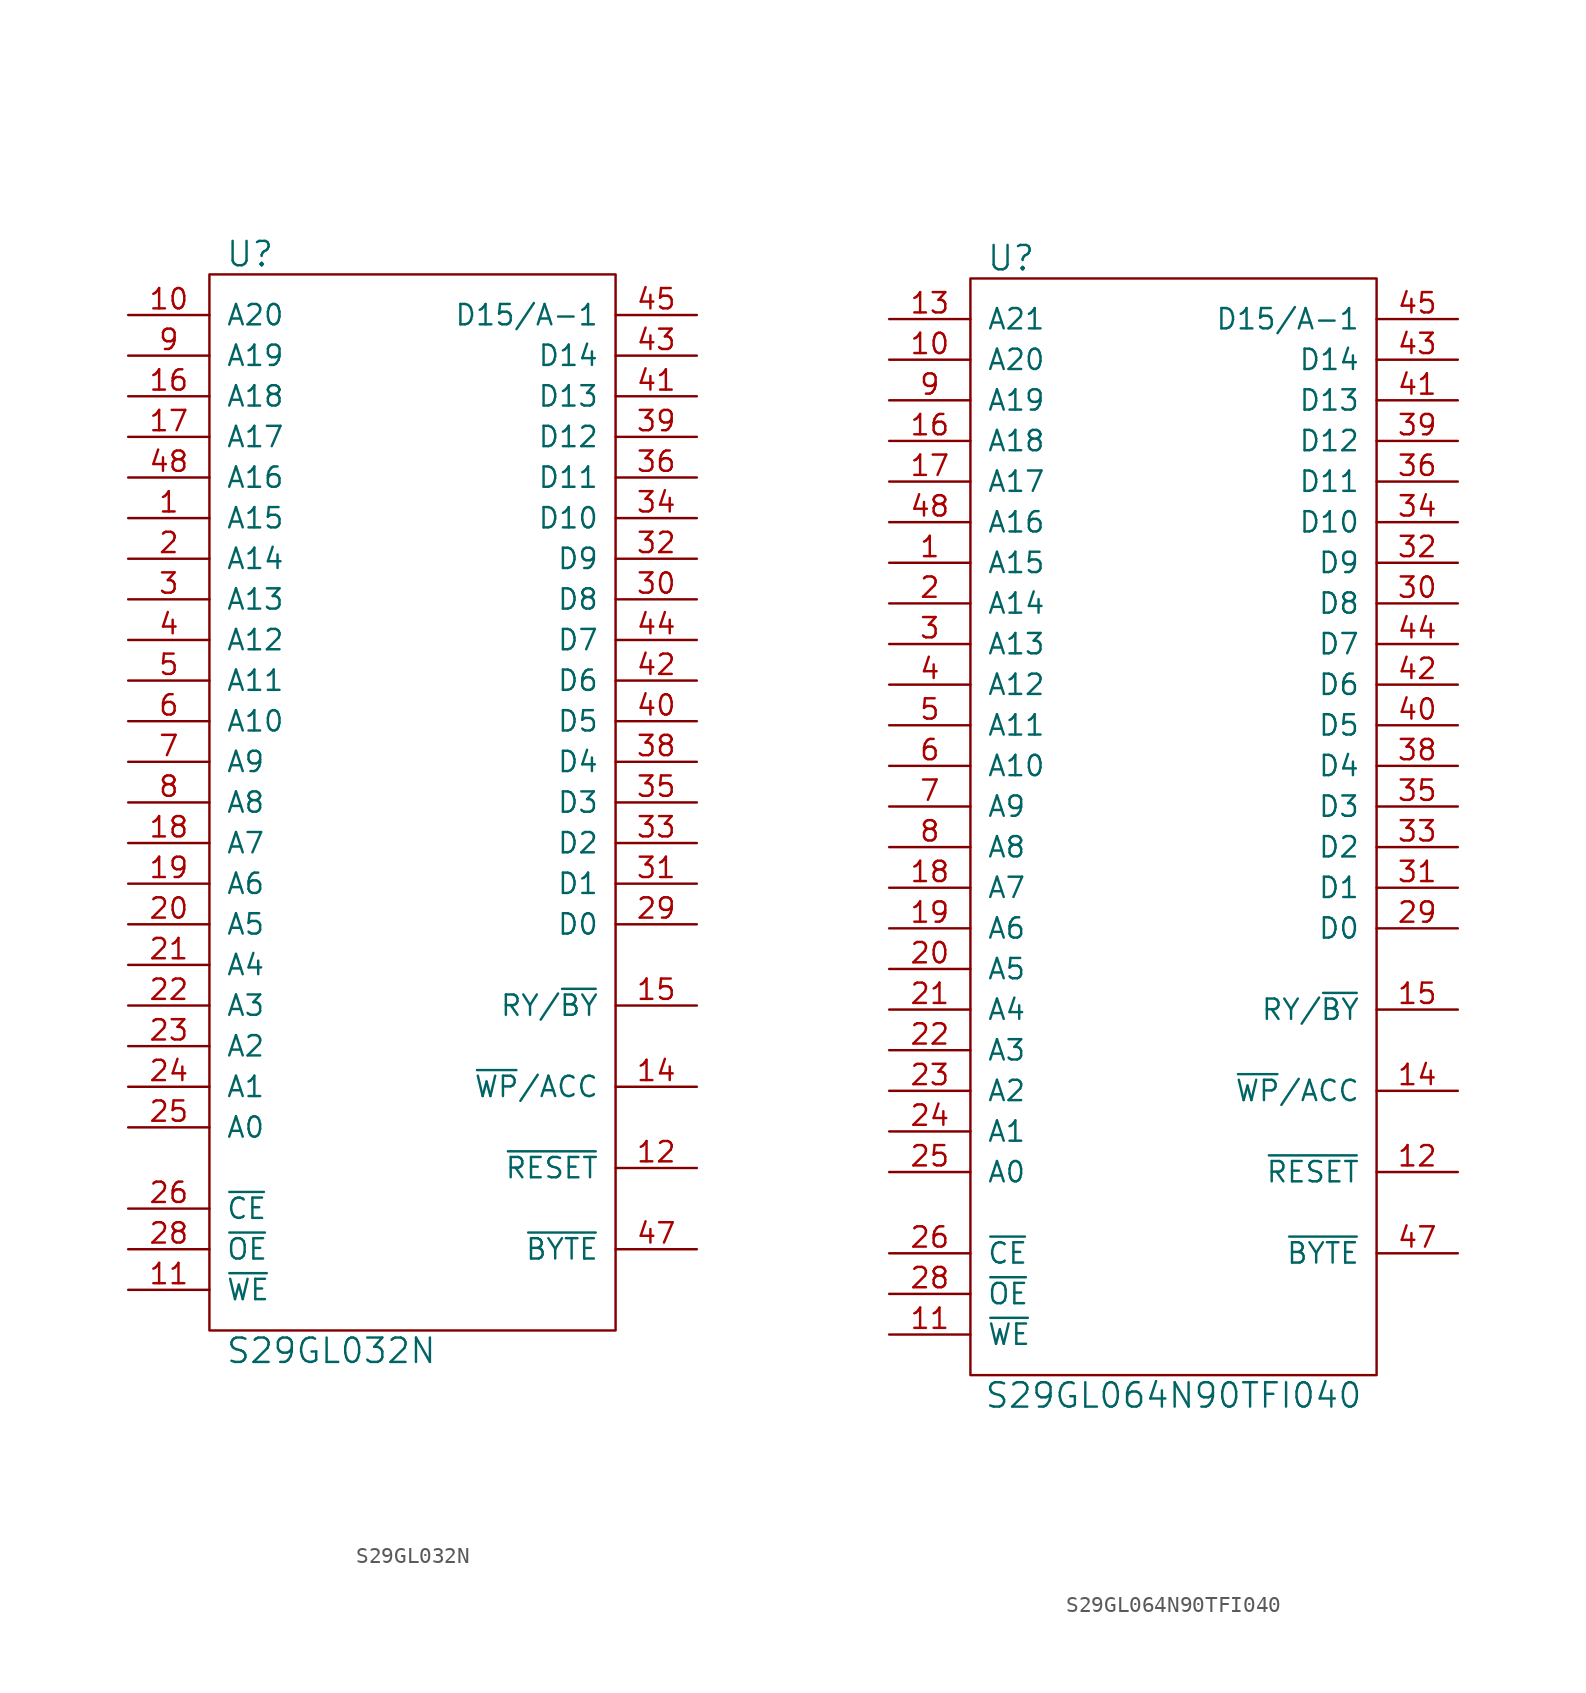
<source format=kicad_sym>
(kicad_symbol_lib
  (version 20241209)
  (generator "kicad_symbol_editor")
  (generator_version "9.0")
  (symbol "S29GL032N"
    (pin_names
      (offset 1.016))
    (property "Reference" "U"
      (at -10.16 31.75 0)
      (effects (font (size 1.524 1.524))))
    (property "Value" "S29GL032N"
      (at -5.08 -36.83 0)
      (effects (font (size 1.524 1.524))))
    (property "Footprint" ""
      (at 3.81 12.7 0)
      (effects (font (size 1.524 1.524))))
    (property "Datasheet" ""
      (at 3.81 12.7 0)
      (effects (font (size 1.524 1.524))))
    (symbol "S29GL032N_0_1"
      (rectangle (start -12.7 30.48) (end 12.7 -35.56) (stroke (width 0) (type default)) (fill (type none))))
    (symbol "S29GL032N_1_1"
      (pin input line (at -17.78 27.94 0) (length 5.08) (name "A20" (effects (font (size 1.27 1.27)))) (number "10" (effects (font (size 1.27 1.27)))))
      (pin input line (at -17.78 25.4 0) (length 5.08) (name "A19" (effects (font (size 1.27 1.27)))) (number "9" (effects (font (size 1.27 1.27)))))
      (pin input line (at -17.78 22.86 0) (length 5.08) (name "A18" (effects (font (size 1.27 1.27)))) (number "16" (effects (font (size 1.27 1.27)))))
      (pin input line (at -17.78 20.32 0) (length 5.08) (name "A17" (effects (font (size 1.27 1.27)))) (number "17" (effects (font (size 1.27 1.27)))))
      (pin input line (at -17.78 17.78 0) (length 5.08) (name "A16" (effects (font (size 1.27 1.27)))) (number "48" (effects (font (size 1.27 1.27)))))
      (pin input line (at -17.78 15.24 0) (length 5.08) (name "A15" (effects (font (size 1.27 1.27)))) (number "1" (effects (font (size 1.27 1.27)))))
      (pin input line (at -17.78 12.7 0) (length 5.08) (name "A14" (effects (font (size 1.27 1.27)))) (number "2" (effects (font (size 1.27 1.27)))))
      (pin input line (at -17.78 10.16 0) (length 5.08) (name "A13" (effects (font (size 1.27 1.27)))) (number "3" (effects (font (size 1.27 1.27)))))
      (pin input line (at -17.78 7.62 0) (length 5.08) (name "A12" (effects (font (size 1.27 1.27)))) (number "4" (effects (font (size 1.27 1.27)))))
      (pin input line (at -17.78 5.08 0) (length 5.08) (name "A11" (effects (font (size 1.27 1.27)))) (number "5" (effects (font (size 1.27 1.27)))))
      (pin input line (at -17.78 2.54 0) (length 5.08) (name "A10" (effects (font (size 1.27 1.27)))) (number "6" (effects (font (size 1.27 1.27)))))
      (pin input line (at -17.78 0 0) (length 5.08) (name "A9" (effects (font (size 1.27 1.27)))) (number "7" (effects (font (size 1.27 1.27)))))
      (pin input line (at -17.78 -2.54 0) (length 5.08) (name "A8" (effects (font (size 1.27 1.27)))) (number "8" (effects (font (size 1.27 1.27)))))
      (pin input line (at -17.78 -5.08 0) (length 5.08) (name "A7" (effects (font (size 1.27 1.27)))) (number "18" (effects (font (size 1.27 1.27)))))
      (pin input line (at -17.78 -7.62 0) (length 5.08) (name "A6" (effects (font (size 1.27 1.27)))) (number "19" (effects (font (size 1.27 1.27)))))
      (pin input line (at -17.78 -10.16 0) (length 5.08) (name "A5" (effects (font (size 1.27 1.27)))) (number "20" (effects (font (size 1.27 1.27)))))
      (pin input line (at -17.78 -12.7 0) (length 5.08) (name "A4" (effects (font (size 1.27 1.27)))) (number "21" (effects (font (size 1.27 1.27)))))
      (pin input line (at -17.78 -15.24 0) (length 5.08) (name "A3" (effects (font (size 1.27 1.27)))) (number "22" (effects (font (size 1.27 1.27)))))
      (pin input line (at -17.78 -17.78 0) (length 5.08) (name "A2" (effects (font (size 1.27 1.27)))) (number "23" (effects (font (size 1.27 1.27)))))
      (pin input line (at -17.78 -20.32 0) (length 5.08) (name "A1" (effects (font (size 1.27 1.27)))) (number "24" (effects (font (size 1.27 1.27)))))
      (pin input line (at -17.78 -22.86 0) (length 5.08) (name "A0" (effects (font (size 1.27 1.27)))) (number "25" (effects (font (size 1.27 1.27)))))
      (pin input line (at -17.78 -27.94 0) (length 5.08) (name "~{CE}" (effects (font (size 1.27 1.27)))) (number "26" (effects (font (size 1.27 1.27)))))
      (pin input line (at -17.78 -30.48 0) (length 5.08) (name "~{OE}" (effects (font (size 1.27 1.27)))) (number "28" (effects (font (size 1.27 1.27)))))
      (pin input line (at -17.78 -33.02 0) (length 5.08) (name "~{WE}" (effects (font (size 1.27 1.27)))) (number "11" (effects (font (size 1.27 1.27)))))
      (pin power_in line (at -1.27 -40.64 90) (length 5.08) (hide yes) (name "GND" (effects (font (size 1.27 1.27)))) (number "46" (effects (font (size 1.27 1.27)))))
      (pin power_in line (at 0 35.56 270) (length 5.08) (hide yes) (name "VCC" (effects (font (size 1.27 1.27)))) (number "37" (effects (font (size 1.27 1.27)))))
      (pin power_in line (at 1.27 -40.64 90) (length 5.08) (hide yes) (name "GND" (effects (font (size 1.27 1.27)))) (number "27" (effects (font (size 1.27 1.27)))))
      (pin tri_state line (at 17.78 27.94 180) (length 5.08) (name "D15/A-1" (effects (font (size 1.27 1.27)))) (number "45" (effects (font (size 1.27 1.27)))))
      (pin tri_state line (at 17.78 25.4 180) (length 5.08) (name "D14" (effects (font (size 1.27 1.27)))) (number "43" (effects (font (size 1.27 1.27)))))
      (pin tri_state line (at 17.78 22.86 180) (length 5.08) (name "D13" (effects (font (size 1.27 1.27)))) (number "41" (effects (font (size 1.27 1.27)))))
      (pin tri_state line (at 17.78 20.32 180) (length 5.08) (name "D12" (effects (font (size 1.27 1.27)))) (number "39" (effects (font (size 1.27 1.27)))))
      (pin tri_state line (at 17.78 17.78 180) (length 5.08) (name "D11" (effects (font (size 1.27 1.27)))) (number "36" (effects (font (size 1.27 1.27)))))
      (pin tri_state line (at 17.78 15.24 180) (length 5.08) (name "D10" (effects (font (size 1.27 1.27)))) (number "34" (effects (font (size 1.27 1.27)))))
      (pin tri_state line (at 17.78 12.7 180) (length 5.08) (name "D9" (effects (font (size 1.27 1.27)))) (number "32" (effects (font (size 1.27 1.27)))))
      (pin tri_state line (at 17.78 10.16 180) (length 5.08) (name "D8" (effects (font (size 1.27 1.27)))) (number "30" (effects (font (size 1.27 1.27)))))
      (pin tri_state line (at 17.78 7.62 180) (length 5.08) (name "D7" (effects (font (size 1.27 1.27)))) (number "44" (effects (font (size 1.27 1.27)))))
      (pin tri_state line (at 17.78 5.08 180) (length 5.08) (name "D6" (effects (font (size 1.27 1.27)))) (number "42" (effects (font (size 1.27 1.27)))))
      (pin tri_state line (at 17.78 2.54 180) (length 5.08) (name "D5" (effects (font (size 1.27 1.27)))) (number "40" (effects (font (size 1.27 1.27)))))
      (pin tri_state line (at 17.78 0 180) (length 5.08) (name "D4" (effects (font (size 1.27 1.27)))) (number "38" (effects (font (size 1.27 1.27)))))
      (pin tri_state line (at 17.78 -2.54 180) (length 5.08) (name "D3" (effects (font (size 1.27 1.27)))) (number "35" (effects (font (size 1.27 1.27)))))
      (pin tri_state line (at 17.78 -5.08 180) (length 5.08) (name "D2" (effects (font (size 1.27 1.27)))) (number "33" (effects (font (size 1.27 1.27)))))
      (pin tri_state line (at 17.78 -7.62 180) (length 5.08) (name "D1" (effects (font (size 1.27 1.27)))) (number "31" (effects (font (size 1.27 1.27)))))
      (pin tri_state line (at 17.78 -10.16 180) (length 5.08) (name "D0" (effects (font (size 1.27 1.27)))) (number "29" (effects (font (size 1.27 1.27)))))
      (pin output line (at 17.78 -15.24 180) (length 5.08) (name "RY/~{BY}" (effects (font (size 1.27 1.27)))) (number "15" (effects (font (size 1.27 1.27)))))
      (pin input line (at 17.78 -20.32 180) (length 5.08) (name "~{WP}/ACC" (effects (font (size 1.27 1.27)))) (number "14" (effects (font (size 1.27 1.27)))))
      (pin input line (at 17.78 -25.4 180) (length 5.08) (name "~{RESET}" (effects (font (size 1.27 1.27)))) (number "12" (effects (font (size 1.27 1.27)))))
      (pin input line (at 17.78 -30.48 180) (length 5.08) (name "~{BYTE}" (effects (font (size 1.27 1.27)))) (number "47" (effects (font (size 1.27 1.27)))))
      (pin no_connect line (at 17.78 -33.02 180) (length 5.08) (hide yes) (name "NC" (effects (font (size 1.27 1.27)))) (number "13" (effects (font (size 1.27 1.27)))))))
  (symbol "S29GL064N90TFI040"
    (pin_names
      (offset 1.016))
    (property "Reference" "U"
      (at -10.16 34.29 0)
      (effects (font (size 1.524 1.524))))
    (property "Value" "S29GL064N90TFI040"
      (at 0 -36.83 0)
      (effects (font (size 1.524 1.524))))
    (property "Footprint" ""
      (at 3.81 12.7 0)
      (effects (font (size 1.524 1.524))))
    (property "Datasheet" ""
      (at 3.81 12.7 0)
      (effects (font (size 1.524 1.524))))
    (symbol "S29GL064N90TFI040_0_1"
      (rectangle (start -12.7 33.02) (end 12.7 -35.56) (stroke (width 0) (type default)) (fill (type none))))
    (symbol "S29GL064N90TFI040_1_1"
      (pin input line (at -17.78 30.48 0) (length 5.08) (name "A21" (effects (font (size 1.27 1.27)))) (number "13" (effects (font (size 1.27 1.27)))))
      (pin input line (at -17.78 27.94 0) (length 5.08) (name "A20" (effects (font (size 1.27 1.27)))) (number "10" (effects (font (size 1.27 1.27)))))
      (pin input line (at -17.78 25.4 0) (length 5.08) (name "A19" (effects (font (size 1.27 1.27)))) (number "9" (effects (font (size 1.27 1.27)))))
      (pin input line (at -17.78 22.86 0) (length 5.08) (name "A18" (effects (font (size 1.27 1.27)))) (number "16" (effects (font (size 1.27 1.27)))))
      (pin input line (at -17.78 20.32 0) (length 5.08) (name "A17" (effects (font (size 1.27 1.27)))) (number "17" (effects (font (size 1.27 1.27)))))
      (pin input line (at -17.78 17.78 0) (length 5.08) (name "A16" (effects (font (size 1.27 1.27)))) (number "48" (effects (font (size 1.27 1.27)))))
      (pin input line (at -17.78 15.24 0) (length 5.08) (name "A15" (effects (font (size 1.27 1.27)))) (number "1" (effects (font (size 1.27 1.27)))))
      (pin input line (at -17.78 12.7 0) (length 5.08) (name "A14" (effects (font (size 1.27 1.27)))) (number "2" (effects (font (size 1.27 1.27)))))
      (pin input line (at -17.78 10.16 0) (length 5.08) (name "A13" (effects (font (size 1.27 1.27)))) (number "3" (effects (font (size 1.27 1.27)))))
      (pin input line (at -17.78 7.62 0) (length 5.08) (name "A12" (effects (font (size 1.27 1.27)))) (number "4" (effects (font (size 1.27 1.27)))))
      (pin input line (at -17.78 5.08 0) (length 5.08) (name "A11" (effects (font (size 1.27 1.27)))) (number "5" (effects (font (size 1.27 1.27)))))
      (pin input line (at -17.78 2.54 0) (length 5.08) (name "A10" (effects (font (size 1.27 1.27)))) (number "6" (effects (font (size 1.27 1.27)))))
      (pin input line (at -17.78 0 0) (length 5.08) (name "A9" (effects (font (size 1.27 1.27)))) (number "7" (effects (font (size 1.27 1.27)))))
      (pin input line (at -17.78 -2.54 0) (length 5.08) (name "A8" (effects (font (size 1.27 1.27)))) (number "8" (effects (font (size 1.27 1.27)))))
      (pin input line (at -17.78 -5.08 0) (length 5.08) (name "A7" (effects (font (size 1.27 1.27)))) (number "18" (effects (font (size 1.27 1.27)))))
      (pin input line (at -17.78 -7.62 0) (length 5.08) (name "A6" (effects (font (size 1.27 1.27)))) (number "19" (effects (font (size 1.27 1.27)))))
      (pin input line (at -17.78 -10.16 0) (length 5.08) (name "A5" (effects (font (size 1.27 1.27)))) (number "20" (effects (font (size 1.27 1.27)))))
      (pin input line (at -17.78 -12.7 0) (length 5.08) (name "A4" (effects (font (size 1.27 1.27)))) (number "21" (effects (font (size 1.27 1.27)))))
      (pin input line (at -17.78 -15.24 0) (length 5.08) (name "A3" (effects (font (size 1.27 1.27)))) (number "22" (effects (font (size 1.27 1.27)))))
      (pin input line (at -17.78 -17.78 0) (length 5.08) (name "A2" (effects (font (size 1.27 1.27)))) (number "23" (effects (font (size 1.27 1.27)))))
      (pin input line (at -17.78 -20.32 0) (length 5.08) (name "A1" (effects (font (size 1.27 1.27)))) (number "24" (effects (font (size 1.27 1.27)))))
      (pin input line (at -17.78 -22.86 0) (length 5.08) (name "A0" (effects (font (size 1.27 1.27)))) (number "25" (effects (font (size 1.27 1.27)))))
      (pin input line (at -17.78 -27.94 0) (length 5.08) (name "~{CE}" (effects (font (size 1.27 1.27)))) (number "26" (effects (font (size 1.27 1.27)))))
      (pin input line (at -17.78 -30.48 0) (length 5.08) (name "~{OE}" (effects (font (size 1.27 1.27)))) (number "28" (effects (font (size 1.27 1.27)))))
      (pin input line (at -17.78 -33.02 0) (length 5.08) (name "~{WE}" (effects (font (size 1.27 1.27)))) (number "11" (effects (font (size 1.27 1.27)))))
      (pin power_in line (at -1.27 -40.64 90) (length 5.08) (hide yes) (name "GND" (effects (font (size 1.27 1.27)))) (number "46" (effects (font (size 1.27 1.27)))))
      (pin power_in line (at 0 38.1 270) (length 5.08) (hide yes) (name "VCC" (effects (font (size 1.27 1.27)))) (number "37" (effects (font (size 1.27 1.27)))))
      (pin power_in line (at 1.27 -40.64 90) (length 5.08) (hide yes) (name "GND" (effects (font (size 1.27 1.27)))) (number "27" (effects (font (size 1.27 1.27)))))
      (pin tri_state line (at 17.78 30.48 180) (length 5.08) (name "D15/A-1" (effects (font (size 1.27 1.27)))) (number "45" (effects (font (size 1.27 1.27)))))
      (pin tri_state line (at 17.78 27.94 180) (length 5.08) (name "D14" (effects (font (size 1.27 1.27)))) (number "43" (effects (font (size 1.27 1.27)))))
      (pin tri_state line (at 17.78 25.4 180) (length 5.08) (name "D13" (effects (font (size 1.27 1.27)))) (number "41" (effects (font (size 1.27 1.27)))))
      (pin tri_state line (at 17.78 22.86 180) (length 5.08) (name "D12" (effects (font (size 1.27 1.27)))) (number "39" (effects (font (size 1.27 1.27)))))
      (pin tri_state line (at 17.78 20.32 180) (length 5.08) (name "D11" (effects (font (size 1.27 1.27)))) (number "36" (effects (font (size 1.27 1.27)))))
      (pin tri_state line (at 17.78 17.78 180) (length 5.08) (name "D10" (effects (font (size 1.27 1.27)))) (number "34" (effects (font (size 1.27 1.27)))))
      (pin tri_state line (at 17.78 15.24 180) (length 5.08) (name "D9" (effects (font (size 1.27 1.27)))) (number "32" (effects (font (size 1.27 1.27)))))
      (pin tri_state line (at 17.78 12.7 180) (length 5.08) (name "D8" (effects (font (size 1.27 1.27)))) (number "30" (effects (font (size 1.27 1.27)))))
      (pin tri_state line (at 17.78 10.16 180) (length 5.08) (name "D7" (effects (font (size 1.27 1.27)))) (number "44" (effects (font (size 1.27 1.27)))))
      (pin tri_state line (at 17.78 7.62 180) (length 5.08) (name "D6" (effects (font (size 1.27 1.27)))) (number "42" (effects (font (size 1.27 1.27)))))
      (pin tri_state line (at 17.78 5.08 180) (length 5.08) (name "D5" (effects (font (size 1.27 1.27)))) (number "40" (effects (font (size 1.27 1.27)))))
      (pin tri_state line (at 17.78 2.54 180) (length 5.08) (name "D4" (effects (font (size 1.27 1.27)))) (number "38" (effects (font (size 1.27 1.27)))))
      (pin tri_state line (at 17.78 0 180) (length 5.08) (name "D3" (effects (font (size 1.27 1.27)))) (number "35" (effects (font (size 1.27 1.27)))))
      (pin tri_state line (at 17.78 -2.54 180) (length 5.08) (name "D2" (effects (font (size 1.27 1.27)))) (number "33" (effects (font (size 1.27 1.27)))))
      (pin tri_state line (at 17.78 -5.08 180) (length 5.08) (name "D1" (effects (font (size 1.27 1.27)))) (number "31" (effects (font (size 1.27 1.27)))))
      (pin tri_state line (at 17.78 -7.62 180) (length 5.08) (name "D0" (effects (font (size 1.27 1.27)))) (number "29" (effects (font (size 1.27 1.27)))))
      (pin output line (at 17.78 -12.7 180) (length 5.08) (name "RY/~{BY}" (effects (font (size 1.27 1.27)))) (number "15" (effects (font (size 1.27 1.27)))))
      (pin input line (at 17.78 -17.78 180) (length 5.08) (name "~{WP}/ACC" (effects (font (size 1.27 1.27)))) (number "14" (effects (font (size 1.27 1.27)))))
      (pin input line (at 17.78 -22.86 180) (length 5.08) (name "~{RESET}" (effects (font (size 1.27 1.27)))) (number "12" (effects (font (size 1.27 1.27)))))
      (pin input line (at 17.78 -27.94 180) (length 5.08) (name "~{BYTE}" (effects (font (size 1.27 1.27)))) (number "47" (effects (font (size 1.27 1.27))))))))
</source>
